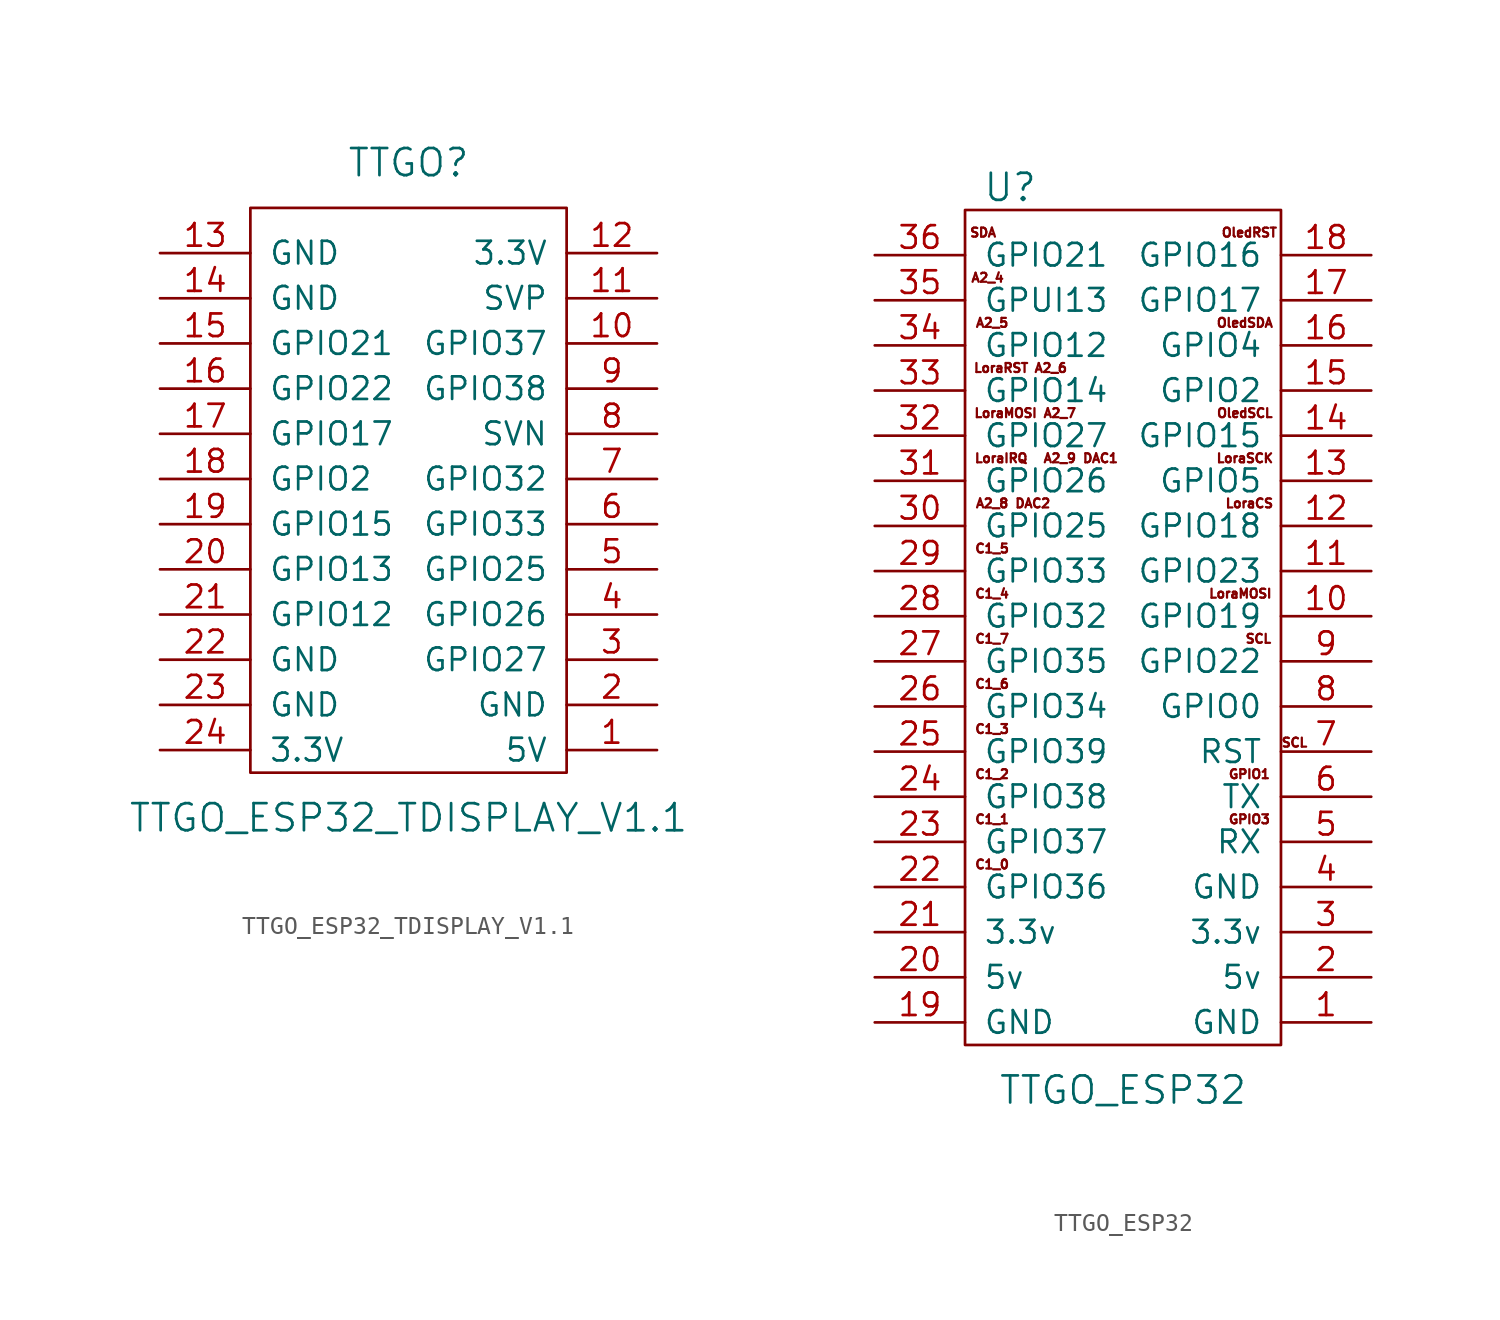
<source format=kicad_sym>
(kicad_symbol_lib
  (version 20231120)
  (generator "kicad_symbol_editor")
  (generator_version "8.0")
  (symbol "TTGO_ESP32_TDISPLAY_V1.1"
    (pin_names
      (offset 1.016))
    (property "Reference" "TTGO"
      (at 8.89 34.29 0)
      (effects (font (size 1.524 1.524))))
    (property "Value" "TTGO_ESP32_TDISPLAY_V1.1"
      (at 8.89 -2.54 0)
      (effects (font (size 1.524 1.524))))
    (symbol "TTGO_ESP32_TDISPLAY_V1.1_0_1"
      (rectangle (start 0 0) (end 17.78 31.75) (stroke (width 0) (type solid)) (fill (type none))))
    (symbol "TTGO_ESP32_TDISPLAY_V1.1_1_1"
      (pin power_out line (at 22.86 1.27 180) (length 5.08) (name "5V" (effects (font (size 1.27 1.27)))) (number "1" (effects (font (size 1.27 1.27)))))
      (pin bidirectional line (at 22.86 24.13 180) (length 5.08) (name "GPIO37" (effects (font (size 1.27 1.27)))) (number "10" (effects (font (size 1.27 1.27)))))
      (pin bidirectional line (at 22.86 26.67 180) (length 5.08) (name "SVP" (effects (font (size 1.27 1.27)))) (number "11" (effects (font (size 1.27 1.27)))))
      (pin power_out line (at 22.86 29.21 180) (length 5.08) (name "3.3V" (effects (font (size 1.27 1.27)))) (number "12" (effects (font (size 1.27 1.27)))))
      (pin power_in line (at -5.08 29.21 0) (length 5.08) (name "GND" (effects (font (size 1.27 1.27)))) (number "13" (effects (font (size 1.27 1.27)))))
      (pin power_in line (at -5.08 26.67 0) (length 5.08) (name "GND" (effects (font (size 1.27 1.27)))) (number "14" (effects (font (size 1.27 1.27)))))
      (pin bidirectional line (at -5.08 24.13 0) (length 5.08) (name "GPIO21" (effects (font (size 1.27 1.27)))) (number "15" (effects (font (size 1.27 1.27)))))
      (pin bidirectional line (at -5.08 21.59 0) (length 5.08) (name "GPIO22" (effects (font (size 1.27 1.27)))) (number "16" (effects (font (size 1.27 1.27)))))
      (pin bidirectional line (at -5.08 19.05 0) (length 5.08) (name "GPIO17" (effects (font (size 1.27 1.27)))) (number "17" (effects (font (size 1.27 1.27)))))
      (pin bidirectional line (at -5.08 16.51 0) (length 5.08) (name "GPIO2" (effects (font (size 1.27 1.27)))) (number "18" (effects (font (size 1.27 1.27)))))
      (pin bidirectional line (at -5.08 13.97 0) (length 5.08) (name "GPIO15" (effects (font (size 1.27 1.27)))) (number "19" (effects (font (size 1.27 1.27)))))
      (pin power_in line (at 22.86 3.81 180) (length 5.08) (name "GND" (effects (font (size 1.27 1.27)))) (number "2" (effects (font (size 1.27 1.27)))))
      (pin bidirectional line (at -5.08 11.43 0) (length 5.08) (name "GPIO13" (effects (font (size 1.27 1.27)))) (number "20" (effects (font (size 1.27 1.27)))))
      (pin bidirectional line (at -5.08 8.89 0) (length 5.08) (name "GPIO12" (effects (font (size 1.27 1.27)))) (number "21" (effects (font (size 1.27 1.27)))))
      (pin power_in line (at -5.08 6.35 0) (length 5.08) (name "GND" (effects (font (size 1.27 1.27)))) (number "22" (effects (font (size 1.27 1.27)))))
      (pin power_in line (at -5.08 3.81 0) (length 5.08) (name "GND" (effects (font (size 1.27 1.27)))) (number "23" (effects (font (size 1.27 1.27)))))
      (pin power_out line (at -5.08 1.27 0) (length 5.08) (name "3.3V" (effects (font (size 1.27 1.27)))) (number "24" (effects (font (size 1.27 1.27)))))
      (pin bidirectional line (at 22.86 6.35 180) (length 5.08) (name "GPIO27" (effects (font (size 1.27 1.27)))) (number "3" (effects (font (size 1.27 1.27)))))
      (pin bidirectional line (at 22.86 8.89 180) (length 5.08) (name "GPIO26" (effects (font (size 1.27 1.27)))) (number "4" (effects (font (size 1.27 1.27)))))
      (pin bidirectional line (at 22.86 11.43 180) (length 5.08) (name "GPIO25" (effects (font (size 1.27 1.27)))) (number "5" (effects (font (size 1.27 1.27)))))
      (pin bidirectional line (at 22.86 13.97 180) (length 5.08) (name "GPIO33" (effects (font (size 1.27 1.27)))) (number "6" (effects (font (size 1.27 1.27)))))
      (pin bidirectional line (at 22.86 16.51 180) (length 5.08) (name "GPIO32" (effects (font (size 1.27 1.27)))) (number "7" (effects (font (size 1.27 1.27)))))
      (pin bidirectional line (at 22.86 19.05 180) (length 5.08) (name "SVN" (effects (font (size 1.27 1.27)))) (number "8" (effects (font (size 1.27 1.27)))))
      (pin bidirectional line (at 22.86 21.59 180) (length 5.08) (name "GPIO38" (effects (font (size 1.27 1.27)))) (number "9" (effects (font (size 1.27 1.27)))))))
  (symbol "TTGO_ESP32"
    (pin_names
      (offset 1.016))
    (property "Reference" "U"
      (at 2.54 48.26 0)
      (effects (font (size 1.524 1.524))))
    (property "Value" "TTGO_ESP32"
      (at 8.89 -2.54 0)
      (effects (font (size 1.524 1.524))))
    (symbol "TTGO_ESP32_0_0"
      (text "A2_4" (at 1.27 43.18 0) (effects (font (size 0.508 0.508))))
      (text "A2_5" (at 1.524 40.64 0) (effects (font (size 0.508 0.508))))
      (text "A2_6" (at 4.826 38.1 0) (effects (font (size 0.508 0.508))))
      (text "A2_7" (at 5.334 35.56 0) (effects (font (size 0.508 0.508))))
      (text "A2_8" (at 1.524 30.48 0) (effects (font (size 0.508 0.508))))
      (text "A2_9" (at 5.334 33.02 0) (effects (font (size 0.508 0.508))))
      (text "C1_0" (at 1.524 10.16 0) (effects (font (size 0.508 0.508))))
      (text "C1_1" (at 1.524 12.7 0) (effects (font (size 0.508 0.508))))
      (text "C1_2" (at 1.524 15.24 0) (effects (font (size 0.508 0.508))))
      (text "C1_3" (at 1.524 17.78 0) (effects (font (size 0.508 0.508))))
      (text "C1_4" (at 1.524 25.4 0) (effects (font (size 0.508 0.508))))
      (text "C1_5" (at 1.524 27.94 0) (effects (font (size 0.508 0.508))))
      (text "C1_6" (at 1.524 20.32 0) (effects (font (size 0.508 0.508))))
      (text "C1_7" (at 1.524 22.86 0) (effects (font (size 0.508 0.508))))
      (text "DAC1" (at 7.62 33.02 0) (effects (font (size 0.508 0.508))))
      (text "DAC2" (at 3.81 30.48 0) (effects (font (size 0.508 0.508))))
      (text "GPIO1" (at 16.002 15.24 0) (effects (font (size 0.508 0.508))))
      (text "GPIO3" (at 16.002 12.7 0) (effects (font (size 0.508 0.508))))
      (text "LoraCS" (at 16.002 30.48 0) (effects (font (size 0.508 0.508))))
      (text "LoraIRQ" (at 2.032 33.02 0) (effects (font (size 0.508 0.508))))
      (text "LoraMOSI" (at 2.286 35.56 0) (effects (font (size 0.508 0.508))))
      (text "LoraMOSI" (at 15.494 25.4 0) (effects (font (size 0.508 0.508))))
      (text "LoraRST" (at 2.032 38.1 0) (effects (font (size 0.508 0.508))))
      (text "LoraSCK" (at 15.748 33.02 0) (effects (font (size 0.508 0.508))))
      (text "OledRST" (at 16.002 45.72 0) (effects (font (size 0.508 0.508))))
      (text "OledSCL" (at 15.748 35.56 0) (effects (font (size 0.508 0.508))))
      (text "OledSDA" (at 15.748 40.64 0) (effects (font (size 0.508 0.508))))
      (text "SCL" (at 16.51 22.86 0) (effects (font (size 0.508 0.508))))
      (text "SCL" (at 18.542 17.018 0) (effects (font (size 0.508 0.508))))
      (text "SDA" (at 1.016 45.72 0) (effects (font (size 0.508 0.508)))))
    (symbol "TTGO_ESP32_0_1"
      (rectangle (start 0 46.99) (end 17.78 0) (stroke (width 0) (type solid)) (fill (type none))))
    (symbol "TTGO_ESP32_1_1"
      (pin unspecified line (at 22.86 1.27 180) (length 5.08) (name "GND" (effects (font (size 1.27 1.27)))) (number "1" (effects (font (size 1.27 1.27)))))
      (pin unspecified line (at 22.86 24.13 180) (length 5.08) (name "GPIO19" (effects (font (size 1.27 1.27)))) (number "10" (effects (font (size 1.27 1.27)))))
      (pin unspecified line (at 22.86 26.67 180) (length 5.08) (name "GPIO23" (effects (font (size 1.27 1.27)))) (number "11" (effects (font (size 1.27 1.27)))))
      (pin unspecified line (at 22.86 29.21 180) (length 5.08) (name "GPIO18" (effects (font (size 1.27 1.27)))) (number "12" (effects (font (size 1.27 1.27)))))
      (pin unspecified line (at 22.86 31.75 180) (length 5.08) (name "GPIO5" (effects (font (size 1.27 1.27)))) (number "13" (effects (font (size 1.27 1.27)))))
      (pin unspecified line (at 22.86 34.29 180) (length 5.08) (name "GPIO15" (effects (font (size 1.27 1.27)))) (number "14" (effects (font (size 1.27 1.27)))))
      (pin unspecified line (at 22.86 36.83 180) (length 5.08) (name "GPIO2" (effects (font (size 1.27 1.27)))) (number "15" (effects (font (size 1.27 1.27)))))
      (pin unspecified line (at 22.86 39.37 180) (length 5.08) (name "GPIO4" (effects (font (size 1.27 1.27)))) (number "16" (effects (font (size 1.27 1.27)))))
      (pin unspecified line (at 22.86 41.91 180) (length 5.08) (name "GPIO17" (effects (font (size 1.27 1.27)))) (number "17" (effects (font (size 1.27 1.27)))))
      (pin unspecified line (at 22.86 44.45 180) (length 5.08) (name "GPIO16" (effects (font (size 1.27 1.27)))) (number "18" (effects (font (size 1.27 1.27)))))
      (pin unspecified line (at -5.08 1.27 0) (length 5.08) (name "GND" (effects (font (size 1.27 1.27)))) (number "19" (effects (font (size 1.27 1.27)))))
      (pin unspecified line (at 22.86 3.81 180) (length 5.08) (name "5v" (effects (font (size 1.27 1.27)))) (number "2" (effects (font (size 1.27 1.27)))))
      (pin unspecified line (at -5.08 3.81 0) (length 5.08) (name "5v" (effects (font (size 1.27 1.27)))) (number "20" (effects (font (size 1.27 1.27)))))
      (pin unspecified line (at -5.08 6.35 0) (length 5.08) (name "3.3v" (effects (font (size 1.27 1.27)))) (number "21" (effects (font (size 1.27 1.27)))))
      (pin unspecified line (at -5.08 8.89 0) (length 5.08) (name "GPIO36" (effects (font (size 1.27 1.27)))) (number "22" (effects (font (size 1.27 1.27)))))
      (pin unspecified line (at -5.08 11.43 0) (length 5.08) (name "GPIO37" (effects (font (size 1.27 1.27)))) (number "23" (effects (font (size 1.27 1.27)))))
      (pin unspecified line (at -5.08 13.97 0) (length 5.08) (name "GPIO38" (effects (font (size 1.27 1.27)))) (number "24" (effects (font (size 1.27 1.27)))))
      (pin unspecified line (at -5.08 16.51 0) (length 5.08) (name "GPIO39" (effects (font (size 1.27 1.27)))) (number "25" (effects (font (size 1.27 1.27)))))
      (pin unspecified line (at -5.08 19.05 0) (length 5.08) (name "GPIO34" (effects (font (size 1.27 1.27)))) (number "26" (effects (font (size 1.27 1.27)))))
      (pin unspecified line (at -5.08 21.59 0) (length 5.08) (name "GPIO35" (effects (font (size 1.27 1.27)))) (number "27" (effects (font (size 1.27 1.27)))))
      (pin unspecified line (at -5.08 24.13 0) (length 5.08) (name "GPIO32" (effects (font (size 1.27 1.27)))) (number "28" (effects (font (size 1.27 1.27)))))
      (pin unspecified line (at -5.08 26.67 0) (length 5.08) (name "GPIO33" (effects (font (size 1.27 1.27)))) (number "29" (effects (font (size 1.27 1.27)))))
      (pin unspecified line (at 22.86 6.35 180) (length 5.08) (name "3.3v" (effects (font (size 1.27 1.27)))) (number "3" (effects (font (size 1.27 1.27)))))
      (pin unspecified line (at -5.08 29.21 0) (length 5.08) (name "GPIO25" (effects (font (size 1.27 1.27)))) (number "30" (effects (font (size 1.27 1.27)))))
      (pin unspecified line (at -5.08 31.75 0) (length 5.08) (name "GPIO26" (effects (font (size 1.27 1.27)))) (number "31" (effects (font (size 1.27 1.27)))))
      (pin unspecified line (at -5.08 34.29 0) (length 5.08) (name "GPIO27" (effects (font (size 1.27 1.27)))) (number "32" (effects (font (size 1.27 1.27)))))
      (pin unspecified line (at -5.08 36.83 0) (length 5.08) (name "GPIO14" (effects (font (size 1.27 1.27)))) (number "33" (effects (font (size 1.27 1.27)))))
      (pin unspecified line (at -5.08 39.37 0) (length 5.08) (name "GPIO12" (effects (font (size 1.27 1.27)))) (number "34" (effects (font (size 1.27 1.27)))))
      (pin unspecified line (at -5.08 41.91 0) (length 5.08) (name "GPUI13" (effects (font (size 1.27 1.27)))) (number "35" (effects (font (size 1.27 1.27)))))
      (pin unspecified line (at -5.08 44.45 0) (length 5.08) (name "GPIO21" (effects (font (size 1.27 1.27)))) (number "36" (effects (font (size 1.27 1.27)))))
      (pin unspecified line (at 22.86 8.89 180) (length 5.08) (name "GND" (effects (font (size 1.27 1.27)))) (number "4" (effects (font (size 1.27 1.27)))))
      (pin unspecified line (at 22.86 11.43 180) (length 5.08) (name "RX" (effects (font (size 1.27 1.27)))) (number "5" (effects (font (size 1.27 1.27)))))
      (pin unspecified line (at 22.86 13.97 180) (length 5.08) (name "TX" (effects (font (size 1.27 1.27)))) (number "6" (effects (font (size 1.27 1.27)))))
      (pin unspecified line (at 22.86 16.51 180) (length 5.08) (name "RST" (effects (font (size 1.27 1.27)))) (number "7" (effects (font (size 1.27 1.27)))))
      (pin unspecified line (at 22.86 19.05 180) (length 5.08) (name "GPIO0" (effects (font (size 1.27 1.27)))) (number "8" (effects (font (size 1.27 1.27)))))
      (pin unspecified line (at 22.86 21.59 180) (length 5.08) (name "GPIO22" (effects (font (size 1.27 1.27)))) (number "9" (effects (font (size 1.27 1.27))))))))
</source>
